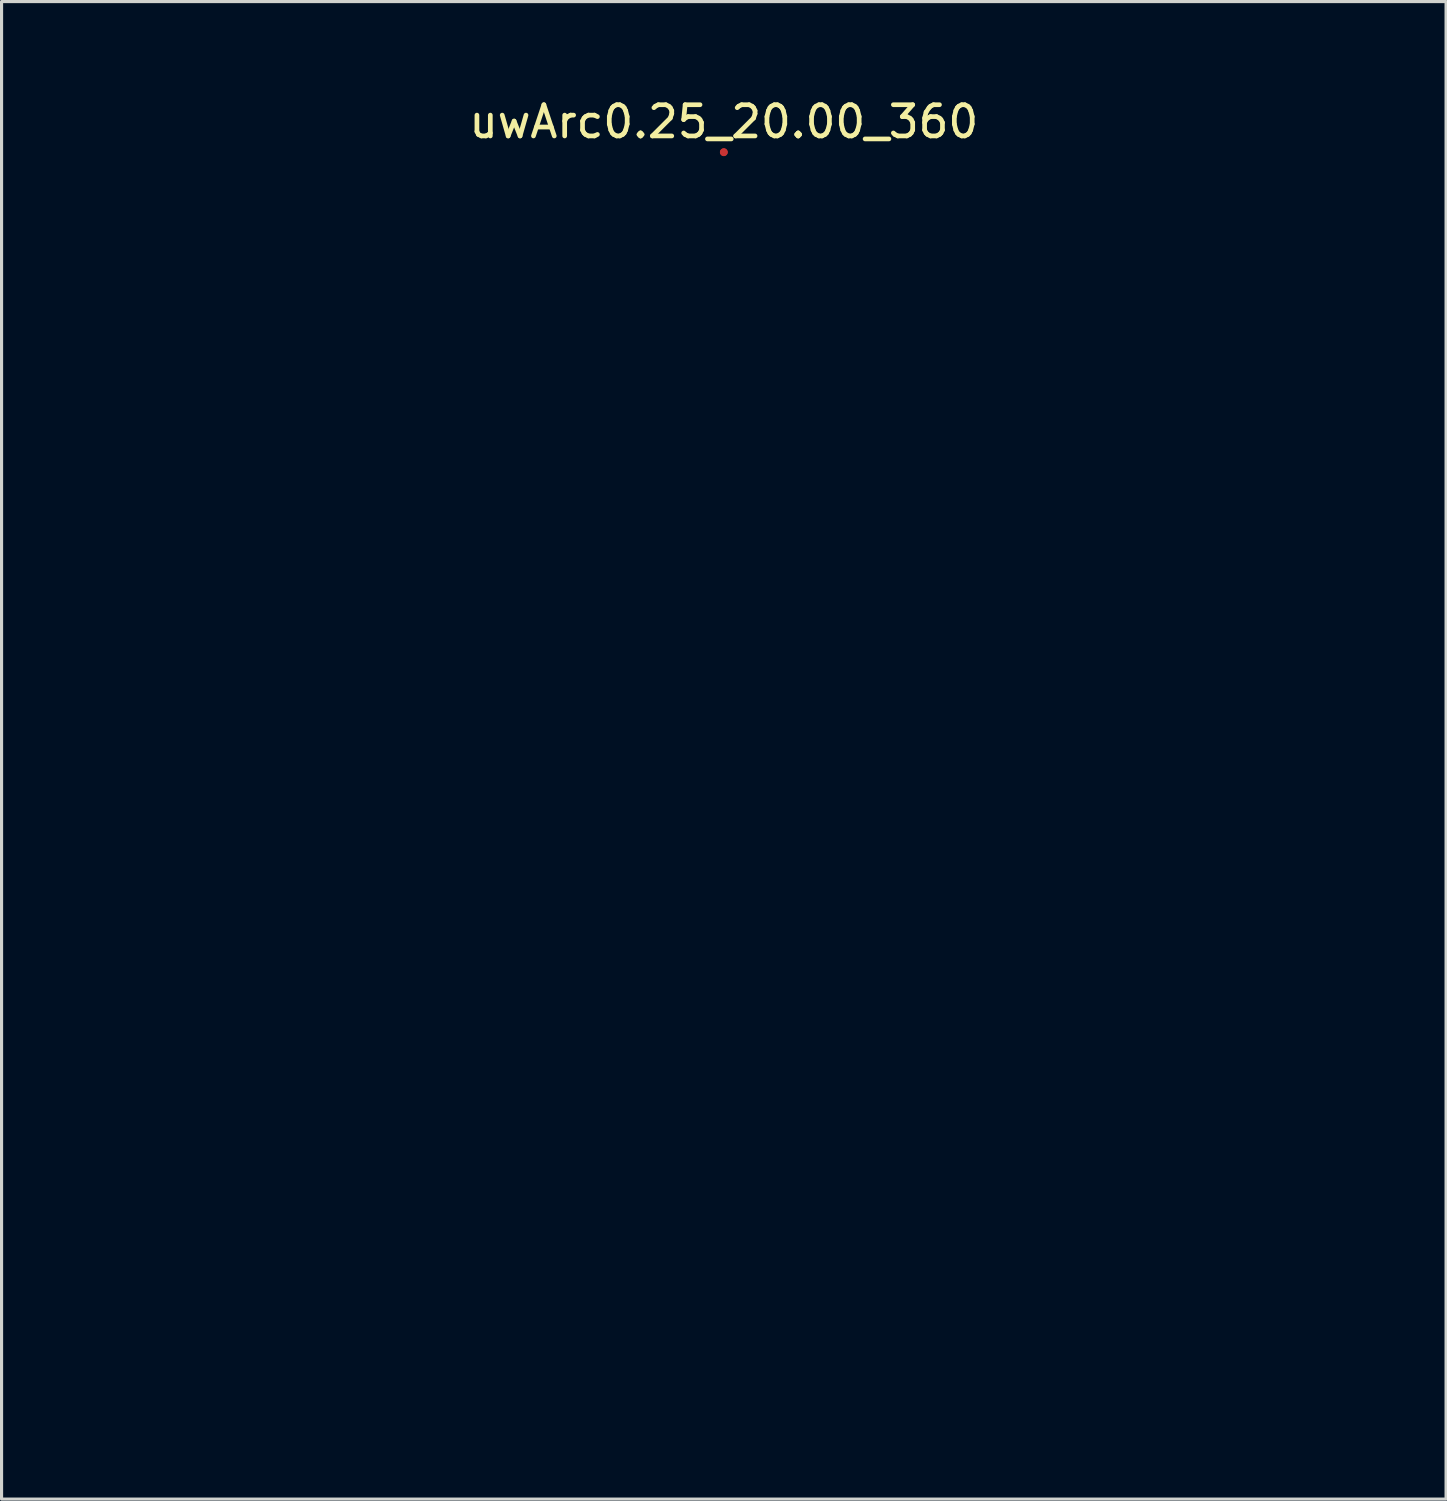
<source format=kicad_pcb>
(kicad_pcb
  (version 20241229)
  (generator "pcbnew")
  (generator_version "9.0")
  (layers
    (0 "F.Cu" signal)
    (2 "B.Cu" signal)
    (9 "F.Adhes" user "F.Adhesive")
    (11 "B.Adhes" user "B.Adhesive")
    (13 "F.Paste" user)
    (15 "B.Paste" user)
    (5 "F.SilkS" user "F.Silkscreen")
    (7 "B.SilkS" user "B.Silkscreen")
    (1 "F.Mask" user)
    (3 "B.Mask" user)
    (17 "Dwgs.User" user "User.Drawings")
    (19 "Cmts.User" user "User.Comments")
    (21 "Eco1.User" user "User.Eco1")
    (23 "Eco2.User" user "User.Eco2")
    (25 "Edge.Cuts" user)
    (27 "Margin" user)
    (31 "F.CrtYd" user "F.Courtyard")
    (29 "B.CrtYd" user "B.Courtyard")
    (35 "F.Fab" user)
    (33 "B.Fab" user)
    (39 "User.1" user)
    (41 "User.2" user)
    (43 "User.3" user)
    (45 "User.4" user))
  (footprint "uwArc0.25_20.00_360"
    (layer "F.Cu")
    (at 20.125 1.823)
    (property "Reference" "uwArc0.25_20.00_360" (at 0 -0.975 0) (layer "F.SilkS") (effects (font (size 1 1) (thickness 0.15))))
    (attr exclude_from_pos_files exclude_from_bom)
    (pad "1" smd circle (at 0 0) (size 0.25 0.25) (layers "F.Cu"))
    (pad "1" smd custom (at 0 0) (size 0.25 0.25) (layers "F.Cu") (options (anchor circle)) (primitives (gr_arc (start 0 0) (mid 0 40) (end 0 0) (width 0.25)))))
  (gr_rect
    (start -3 -3)
    (end 43.25 44.948)
    (stroke (width 0.1) (type default))
    (fill no)
    (layer "Edge.Cuts")))
</source>
